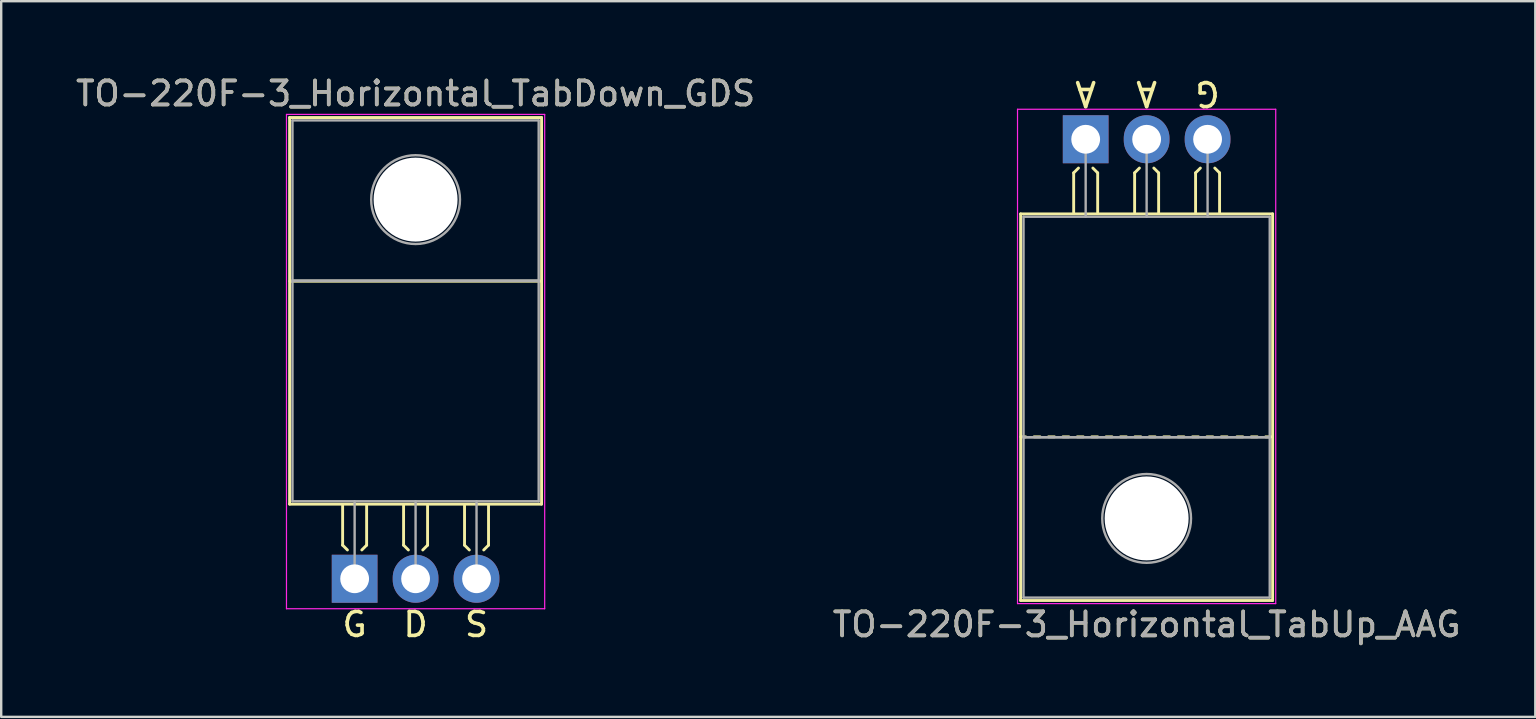
<source format=kicad_pcb>
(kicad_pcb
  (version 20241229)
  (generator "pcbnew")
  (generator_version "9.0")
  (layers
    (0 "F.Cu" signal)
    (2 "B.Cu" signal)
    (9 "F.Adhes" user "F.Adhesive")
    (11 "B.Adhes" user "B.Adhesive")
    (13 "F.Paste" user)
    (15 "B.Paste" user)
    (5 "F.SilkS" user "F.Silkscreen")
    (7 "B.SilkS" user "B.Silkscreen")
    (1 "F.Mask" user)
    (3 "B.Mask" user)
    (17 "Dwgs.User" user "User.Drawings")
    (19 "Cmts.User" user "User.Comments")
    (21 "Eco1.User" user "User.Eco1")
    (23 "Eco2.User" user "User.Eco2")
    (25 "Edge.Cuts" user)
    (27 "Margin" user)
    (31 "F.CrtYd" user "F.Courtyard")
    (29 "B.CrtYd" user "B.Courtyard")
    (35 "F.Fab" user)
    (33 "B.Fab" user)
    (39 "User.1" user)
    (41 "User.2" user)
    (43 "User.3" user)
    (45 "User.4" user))
  (footprint "TO-220F-3_Horizontal_TabUp_AAG"
    (layer "F.Cu")
    (at 42.192 2.753)
    (property "Reference" "TO-220F-3_Horizontal_TabUp_AAG" (at 2.54 20.22 0) (layer "F.SilkS") (effects (font (size 1 1) (thickness 0.15))))
    (fp_line (start -2.71 19.22) (end -2.71 3.11) (stroke (width 0.12) (type solid)) (layer "F.SilkS"))
    (fp_line (start -2.5 12.4) (end -2.7 12.4) (stroke (width 0.12) (type solid)) (layer "F.SilkS"))
    (fp_line (start -1.9 12.4) (end -2.15 12.4) (stroke (width 0.12) (type solid)) (layer "F.SilkS"))
    (fp_line (start -1.3 12.4) (end -1.55 12.4) (stroke (width 0.12) (type solid)) (layer "F.SilkS"))
    (fp_line (start -0.7 12.4) (end -0.95 12.4) (stroke (width 0.12) (type solid)) (layer "F.SilkS"))
    (fp_line (start -0.5 1.4) (end -0.3 1.2) (stroke (width 0.12) (type solid)) (layer "F.SilkS"))
    (fp_line (start -0.5 3.048) (end -0.5 1.4) (stroke (width 0.12) (type solid)) (layer "F.SilkS"))
    (fp_line (start -0.1 12.4) (end -0.35 12.4) (stroke (width 0.12) (type solid)) (layer "F.SilkS"))
    (fp_line (start 0.5 1.4) (end 0.3 1.2) (stroke (width 0.12) (type solid)) (layer "F.SilkS"))
    (fp_line (start 0.5 3.048) (end 0.5 1.4) (stroke (width 0.12) (type solid)) (layer "F.SilkS"))
    (fp_line (start 0.5 12.4) (end 0.25 12.4) (stroke (width 0.12) (type solid)) (layer "F.SilkS"))
    (fp_line (start 1.1 12.4) (end 0.85 12.4) (stroke (width 0.12) (type solid)) (layer "F.SilkS"))
    (fp_line (start 1.7 12.4) (end 1.45 12.4) (stroke (width 0.12) (type solid)) (layer "F.SilkS"))
    (fp_line (start 2.04 1.4) (end 2.24 1.2) (stroke (width 0.12) (type solid)) (layer "F.SilkS"))
    (fp_line (start 2.04 3.048) (end 2.04 1.4) (stroke (width 0.12) (type solid)) (layer "F.SilkS"))
    (fp_line (start 2.3 12.4) (end 2.05 12.4) (stroke (width 0.12) (type solid)) (layer "F.SilkS"))
    (fp_line (start 2.9 12.4) (end 2.65 12.4) (stroke (width 0.12) (type solid)) (layer "F.SilkS"))
    (fp_line (start 3.04 1.4) (end 2.84 1.2) (stroke (width 0.12) (type solid)) (layer "F.SilkS"))
    (fp_line (start 3.04 3.048) (end 3.04 1.4) (stroke (width 0.12) (type solid)) (layer "F.SilkS"))
    (fp_line (start 3.5 12.4) (end 3.25 12.4) (stroke (width 0.12) (type solid)) (layer "F.SilkS"))
    (fp_line (start 4.1 12.4) (end 3.85 12.4) (stroke (width 0.12) (type solid)) (layer "F.SilkS"))
    (fp_line (start 4.58 1.4) (end 4.78 1.2) (stroke (width 0.12) (type solid)) (layer "F.SilkS"))
    (fp_line (start 4.58 3.048) (end 4.58 1.4) (stroke (width 0.12) (type solid)) (layer "F.SilkS"))
    (fp_line (start 4.7 12.4) (end 4.45 12.4) (stroke (width 0.12) (type solid)) (layer "F.SilkS"))
    (fp_line (start 5.3 12.4) (end 5.05 12.4) (stroke (width 0.12) (type solid)) (layer "F.SilkS"))
    (fp_line (start 5.58 1.4) (end 5.38 1.2) (stroke (width 0.12) (type solid)) (layer "F.SilkS"))
    (fp_line (start 5.58 3.048) (end 5.58 1.4) (stroke (width 0.12) (type solid)) (layer "F.SilkS"))
    (fp_line (start 5.9 12.4) (end 5.65 12.4) (stroke (width 0.12) (type solid)) (layer "F.SilkS"))
    (fp_line (start 6.55 12.4) (end 6.3 12.4) (stroke (width 0.12) (type solid)) (layer "F.SilkS"))
    (fp_line (start 7.15 12.4) (end 6.9 12.4) (stroke (width 0.12) (type solid)) (layer "F.SilkS"))
    (fp_line (start 7.75 12.4) (end 7.5 12.4) (stroke (width 0.12) (type solid)) (layer "F.SilkS"))
    (fp_line (start 7.79 3.11) (end -2.71 3.11) (stroke (width 0.12) (type solid)) (layer "F.SilkS"))
    (fp_line (start 7.79 19.22) (end -2.71 19.22) (stroke (width 0.12) (type solid)) (layer "F.SilkS"))
    (fp_line (start 7.79 19.22) (end 7.79 3.11) (stroke (width 0.12) (type solid)) (layer "F.SilkS"))
    (fp_line (start -2.84 -1.25) (end -2.84 19.35) (stroke (width 0.05) (type solid)) (layer "F.CrtYd"))
    (fp_line (start -2.84 19.35) (end 7.92 19.35) (stroke (width 0.05) (type solid)) (layer "F.CrtYd"))
    (fp_line (start 7.92 -1.25) (end -2.84 -1.25) (stroke (width 0.05) (type solid)) (layer "F.CrtYd"))
    (fp_line (start 7.92 19.35) (end 7.92 -1.25) (stroke (width 0.05) (type solid)) (layer "F.CrtYd"))
    (fp_line (start -2.59 3.23) (end -2.59 12.42) (stroke (width 0.1) (type solid)) (layer "F.Fab"))
    (fp_line (start -2.59 12.42) (end -2.59 19.1) (stroke (width 0.1) (type solid)) (layer "F.Fab"))
    (fp_line (start -2.59 12.42) (end 7.67 12.42) (stroke (width 0.1) (type solid)) (layer "F.Fab"))
    (fp_line (start -2.59 19.1) (end 7.67 19.1) (stroke (width 0.1) (type solid)) (layer "F.Fab"))
    (fp_line (start 0 3.23) (end 0 0) (stroke (width 0.1) (type solid)) (layer "F.Fab"))
    (fp_line (start 2.54 3.23) (end 2.54 0) (stroke (width 0.1) (type solid)) (layer "F.Fab"))
    (fp_line (start 5.08 3.23) (end 5.08 0) (stroke (width 0.1) (type solid)) (layer "F.Fab"))
    (fp_line (start 7.67 3.23) (end -2.59 3.23) (stroke (width 0.1) (type solid)) (layer "F.Fab"))
    (fp_line (start 7.67 12.42) (end -2.59 12.42) (stroke (width 0.1) (type solid)) (layer "F.Fab"))
    (fp_line (start 7.67 12.42) (end 7.67 3.23) (stroke (width 0.1) (type solid)) (layer "F.Fab"))
    (fp_line (start 7.67 19.1) (end 7.67 12.42) (stroke (width 0.1) (type solid)) (layer "F.Fab"))
    (fp_circle (center 2.54 15.8) (end 4.39 15.8) (stroke (width 0.1) (type solid)) (fill no) (layer "F.Fab"))
    (fp_text user "G" (at 5.08 -1.905 180) (unlocked yes) (layer "F.SilkS") (effects (font (size 1 1) (thickness 0.15))))
    (fp_text user "A" (at 0 -1.905 180) (unlocked yes) (layer "F.SilkS") (effects (font (size 1 1) (thickness 0.15))))
    (fp_text user "A" (at 2.54 -1.905 180) (unlocked yes) (layer "F.SilkS") (effects (font (size 1 1) (thickness 0.15))))
    (fp_text user "${REFERENCE}" (at 2.54 20.22 0) (layer "F.Fab") (effects (font (size 1 1) (thickness 0.15))))
    (pad "" np_thru_hole oval (at 2.54 15.8) (size 3.5 3.5) (drill 3.5) (layers "*.Cu" "*.Mask"))
    (pad "1" thru_hole rect (at 0 0) (size 1.905 2) (drill 1.2) (layers "*.Cu" "*.Mask"))
    (pad "2" thru_hole oval (at 2.54 0) (size 1.905 2) (drill 1.2) (layers "*.Cu" "*.Mask"))
    (pad "3" thru_hole oval (at 5.08 0) (size 1.905 2) (drill 1.2) (layers "*.Cu" "*.Mask")))
  (footprint "TO-220F-3_Horizontal_TabDown_GDS"
    (layer "F.Cu")
    (at 11.728 21.068)
    (property "Reference" "TO-220F-3_Horizontal_TabDown_GDS" (at 2.54 -20.22 0) (layer "F.SilkS") (effects (font (size 1 1) (thickness 0.15))))
    (attr through_hole)
    (fp_line (start -2.71 -19.22) (end -2.71 -3.11) (stroke (width 0.12) (type solid)) (layer "F.SilkS"))
    (fp_line (start -2.71 -19.22) (end 7.79 -19.22) (stroke (width 0.12) (type solid)) (layer "F.SilkS"))
    (fp_line (start -2.71 -3.11) (end 7.79 -3.11) (stroke (width 0.12) (type solid)) (layer "F.SilkS"))
    (fp_line (start -2.7 -12.4) (end 7.75 -12.4) (stroke (width 0.12) (type solid)) (layer "F.SilkS"))
    (fp_line (start -0.5 -3.048) (end -0.5 -1.4) (stroke (width 0.12) (type solid)) (layer "F.SilkS"))
    (fp_line (start -0.5 -1.4) (end -0.3 -1.2) (stroke (width 0.12) (type solid)) (layer "F.SilkS"))
    (fp_line (start 0.5 -3.048) (end 0.5 -1.4) (stroke (width 0.12) (type solid)) (layer "F.SilkS"))
    (fp_line (start 0.5 -1.4) (end 0.3 -1.2) (stroke (width 0.12) (type solid)) (layer "F.SilkS"))
    (fp_line (start 2.04 -3.048) (end 2.04 -1.4) (stroke (width 0.12) (type solid)) (layer "F.SilkS"))
    (fp_line (start 2.04 -1.4) (end 2.24 -1.2) (stroke (width 0.12) (type solid)) (layer "F.SilkS"))
    (fp_line (start 3.04 -3.048) (end 3.04 -1.4) (stroke (width 0.12) (type solid)) (layer "F.SilkS"))
    (fp_line (start 3.04 -1.4) (end 2.84 -1.2) (stroke (width 0.12) (type solid)) (layer "F.SilkS"))
    (fp_line (start 4.58 -3.048) (end 4.58 -1.4) (stroke (width 0.12) (type solid)) (layer "F.SilkS"))
    (fp_line (start 4.58 -1.4) (end 4.78 -1.2) (stroke (width 0.12) (type solid)) (layer "F.SilkS"))
    (fp_line (start 5.58 -3.048) (end 5.58 -1.4) (stroke (width 0.12) (type solid)) (layer "F.SilkS"))
    (fp_line (start 5.58 -1.4) (end 5.38 -1.2) (stroke (width 0.12) (type solid)) (layer "F.SilkS"))
    (fp_line (start 7.79 -19.22) (end 7.79 -3.11) (stroke (width 0.12) (type solid)) (layer "F.SilkS"))
    (fp_line (start -2.84 -19.35) (end -2.84 1.25) (stroke (width 0.05) (type solid)) (layer "F.CrtYd"))
    (fp_line (start -2.84 1.25) (end 7.92 1.25) (stroke (width 0.05) (type solid)) (layer "F.CrtYd"))
    (fp_line (start 7.92 -19.35) (end -2.84 -19.35) (stroke (width 0.05) (type solid)) (layer "F.CrtYd"))
    (fp_line (start 7.92 1.25) (end 7.92 -19.35) (stroke (width 0.05) (type solid)) (layer "F.CrtYd"))
    (fp_line (start -2.59 -19.1) (end 7.67 -19.1) (stroke (width 0.1) (type solid)) (layer "F.Fab"))
    (fp_line (start -2.59 -12.42) (end -2.59 -19.1) (stroke (width 0.1) (type solid)) (layer "F.Fab"))
    (fp_line (start -2.59 -12.42) (end 7.67 -12.42) (stroke (width 0.1) (type solid)) (layer "F.Fab"))
    (fp_line (start -2.59 -3.23) (end -2.59 -12.42) (stroke (width 0.1) (type solid)) (layer "F.Fab"))
    (fp_line (start 0 -3.23) (end 0 0) (stroke (width 0.1) (type solid)) (layer "F.Fab"))
    (fp_line (start 2.54 -3.23) (end 2.54 0) (stroke (width 0.1) (type solid)) (layer "F.Fab"))
    (fp_line (start 5.08 -3.23) (end 5.08 0) (stroke (width 0.1) (type solid)) (layer "F.Fab"))
    (fp_line (start 7.67 -19.1) (end 7.67 -12.42) (stroke (width 0.1) (type solid)) (layer "F.Fab"))
    (fp_line (start 7.67 -12.42) (end -2.59 -12.42) (stroke (width 0.1) (type solid)) (layer "F.Fab"))
    (fp_line (start 7.67 -12.42) (end 7.67 -3.23) (stroke (width 0.1) (type solid)) (layer "F.Fab"))
    (fp_line (start 7.67 -3.23) (end -2.59 -3.23) (stroke (width 0.1) (type solid)) (layer "F.Fab"))
    (fp_circle (center 2.54 -15.8) (end 4.39 -15.8) (stroke (width 0.1) (type solid)) (fill no) (layer "F.Fab"))
    (fp_text user "D" (at 2.54 1.905 0) (layer "F.SilkS") (effects (font (size 1 1) (thickness 0.15))))
    (fp_text user "S" (at 5.08 1.905 0) (layer "F.SilkS") (effects (font (size 1 1) (thickness 0.15))))
    (fp_text user "G" (at 0 1.905 0) (layer "F.SilkS") (effects (font (size 1 1) (thickness 0.15))))
    (fp_text user "${REFERENCE}" (at 2.54 -20.22 0) (layer "F.Fab") (effects (font (size 1 1) (thickness 0.15))))
    (pad "" np_thru_hole oval (at 2.54 -15.8) (size 3.5 3.5) (drill 3.5) (layers "*.Cu" "*.Mask"))
    (pad "1" thru_hole rect (at 0 0) (size 1.905 2) (drill 1.2) (layers "*.Cu" "*.Mask"))
    (pad "2" thru_hole oval (at 2.54 0) (size 1.905 2) (drill 1.2) (layers "*.Cu" "*.Mask"))
    (pad "3" thru_hole oval (at 5.08 0) (size 1.905 2) (drill 1.2) (layers "*.Cu" "*.Mask")))
  (gr_rect
    (start -3 -3)
    (end 60.929 26.822)
    (stroke (width 0.1) (type default))
    (fill no)
    (layer "Edge.Cuts")))
</source>
